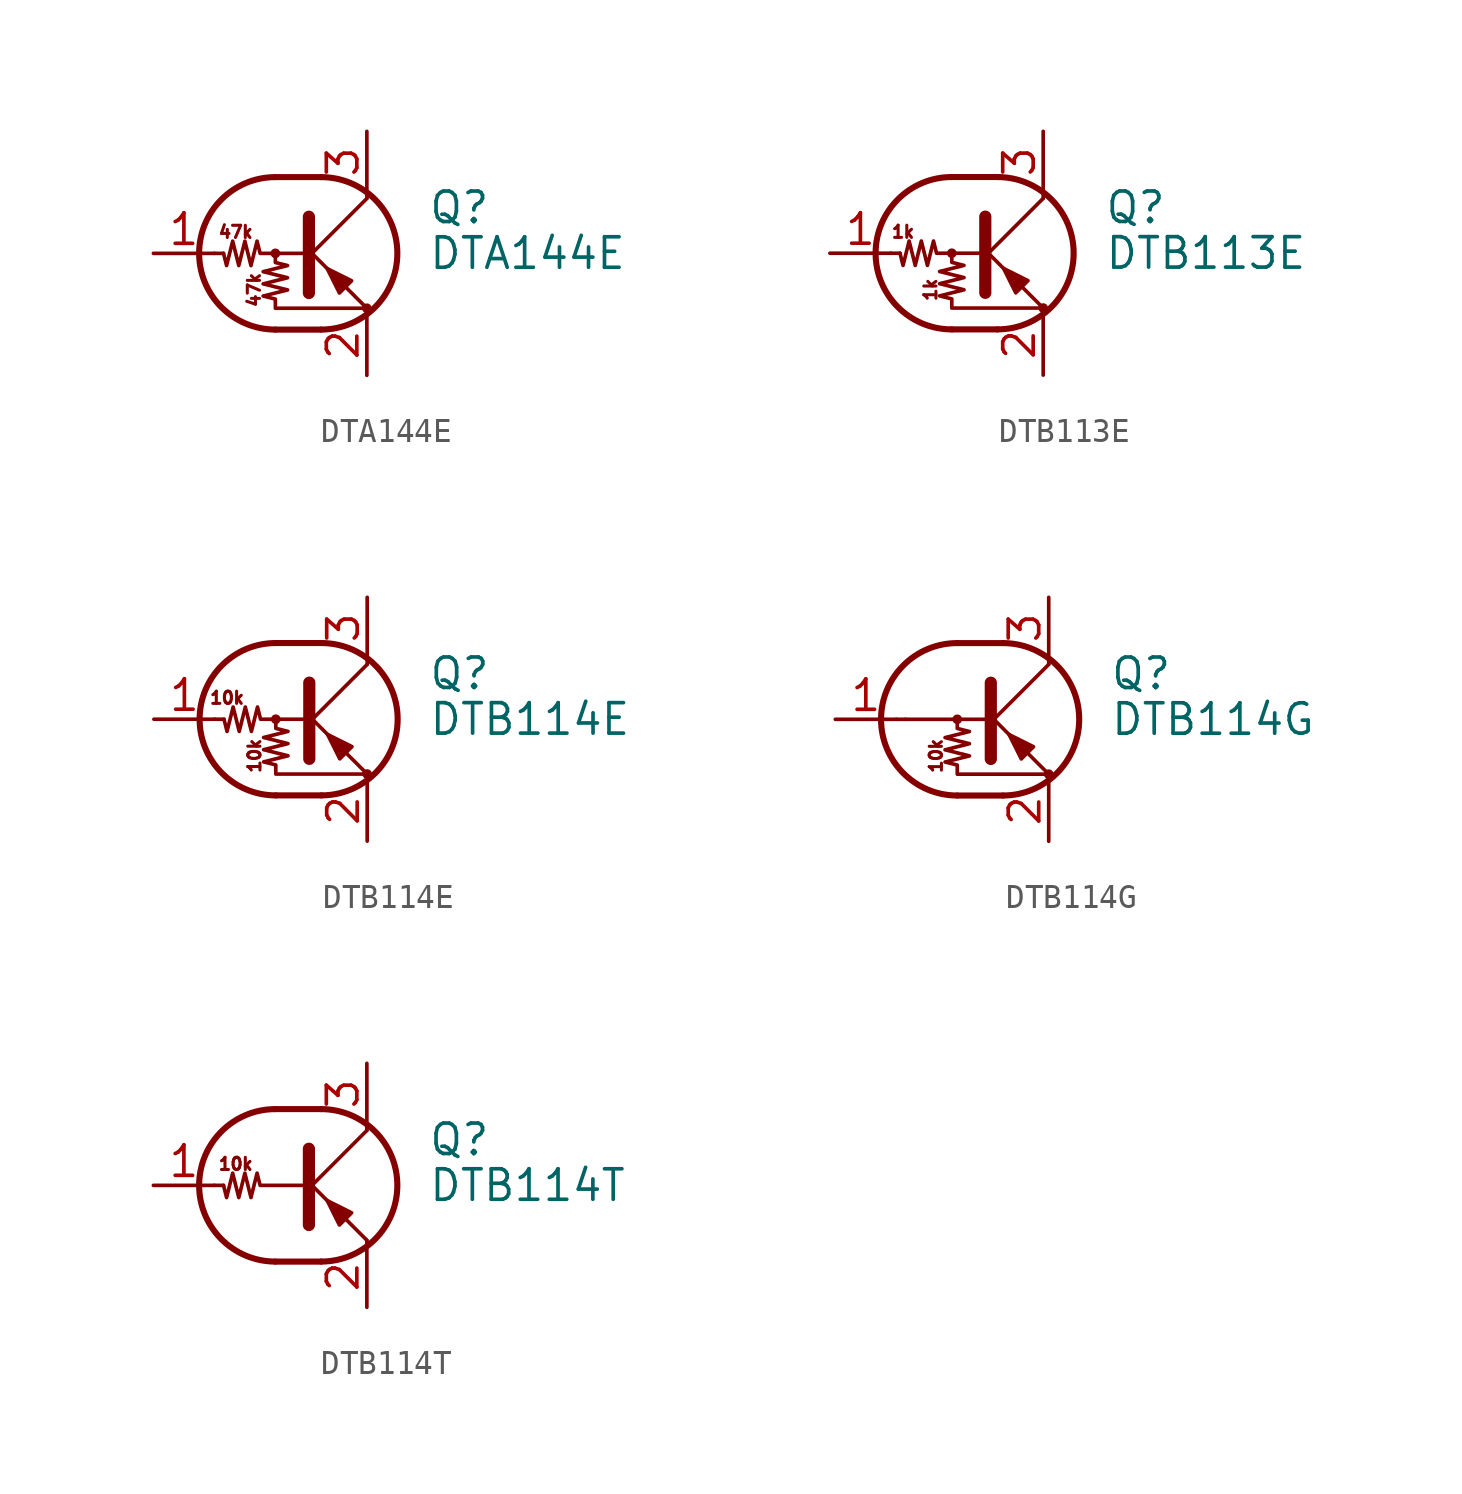
<source format=kicad_sym>
(kicad_symbol_lib
  (version 20211014)
  (generator kicad_symbol_editor)
  (symbol "DTA144E"
    (pin_names
      (offset 0) hide)
    (property "Reference" "Q"
      (at 5.08 1.905 0)
      (effects (font (size 1.27 1.27)) (justify left)))
    (property "Value" "DTA144E"
      (at 5.08 0 0)
      (effects (font (size 1.27 1.27)) (justify left)))
    (symbol "DTA144E_0_0"
      (text "47k" (at -2.921 0.889 0) (effects (font (size 0.508 0.508))))
      (text "47k" (at -2.159 -1.524 900) (effects (font (size 0.508 0.508)))))
    (symbol "DTA144E_0_1"
      (circle (center -1.27 0) (radius 0.127) (stroke (width 0) (type default) (color 0 0 0 0)) (fill (type none)))
      (arc (start -1.27 3.175) (mid -4.445 0) (end -1.27 -3.175) (stroke (width 0.254) (type default) (color 0 0 0 0)) (fill (type none)))
      (polyline (pts (xy -3.429 0) (xy -3.81 0)) (stroke (width 0) (type default) (color 0 0 0 0)) (fill (type none)))
      (polyline (pts (xy -1.27 -3.175) (xy 0.635 -3.175)) (stroke (width 0.254) (type default) (color 0 0 0 0)) (fill (type none)))
      (polyline (pts (xy -1.27 3.175) (xy 0.635 3.175)) (stroke (width 0.254) (type default) (color 0 0 0 0)) (fill (type none)))
      (polyline (pts (xy 0 -0.254) (xy 2.54 2.286)) (stroke (width 0) (type default) (color 0 0 0 0)) (fill (type none)))
      (polyline (pts (xy 0.127 1.524) (xy 0.127 -1.651)) (stroke (width 0.508) (type default) (color 0 0 0 0)) (fill (type outline)))
      (polyline (pts (xy 2.54 2.286) (xy 2.54 2.54)) (stroke (width 0) (type default) (color 0 0 0 0)) (fill (type none)))
      (polyline (pts (xy 2.54 -2.286) (xy 0 0.254) (xy 0 0.254)) (stroke (width 0) (type default) (color 0 0 0 0)) (fill (type none)))
      (polyline (pts (xy 1.397 -1.651) (xy 1.905 -1.143) (xy 0.889 -0.635) (xy 1.397 -1.651)) (stroke (width 0) (type default) (color 0 0 0 0)) (fill (type outline)))
      (polyline (pts (xy 0 0) (xy -1.905 0) (xy -2.032 0.508) (xy -2.286 -0.508) (xy -2.54 0.508) (xy -2.794 -0.508) (xy -3.048 0.508) (xy -3.302 -0.508) (xy -3.429 0)) (stroke (width 0) (type default) (color 0 0 0 0)) (fill (type none)))
      (polyline (pts (xy -1.27 0) (xy -1.27 -0.381) (xy -0.762 -0.508) (xy -1.778 -0.762) (xy -0.762 -1.016) (xy -1.778 -1.27) (xy -0.762 -1.524) (xy -1.778 -1.778) (xy -1.27 -1.905) (xy -1.27 -2.286) (xy 2.54 -2.286)) (stroke (width 0) (type default) (color 0 0 0 0)) (fill (type none)))
      (arc (start 0.635 -3.175) (mid 3.81 0) (end 0.635 3.175) (stroke (width 0.254) (type default) (color 0 0 0 0)) (fill (type none)))
      (circle (center 2.54 -2.286) (radius 0.127) (stroke (width 0) (type default) (color 0 0 0 0)) (fill (type none))))
    (symbol "DTA144E_1_1"
      (pin input line (at -6.35 0 0) (length 2.54) (name "B" (effects (font (size 1.27 1.27)))) (number "1" (effects (font (size 1.27 1.27)))))
      (pin passive line (at 2.54 -5.08 90) (length 2.54) (name "E" (effects (font (size 1.27 1.27)))) (number "2" (effects (font (size 1.27 1.27)))))
      (pin passive line (at 2.54 5.08 270) (length 2.54) (name "C" (effects (font (size 1.27 1.27)))) (number "3" (effects (font (size 1.27 1.27)))))))
  (symbol "DTB113E"
    (pin_names
      (offset 0) hide)
    (property "Reference" "Q"
      (at 5.08 1.905 0)
      (effects (font (size 1.27 1.27)) (justify left)))
    (property "Value" "DTB113E"
      (at 5.08 0 0)
      (effects (font (size 1.27 1.27)) (justify left)))
    (symbol "DTB113E_0_0"
      (text "1k" (at -3.302 0.889 0) (effects (font (size 0.508 0.508))))
      (text "1k" (at -2.159 -1.524 900) (effects (font (size 0.508 0.508)))))
    (symbol "DTB113E_0_1"
      (circle (center -1.27 0) (radius 0.127) (stroke (width 0) (type default) (color 0 0 0 0)) (fill (type none)))
      (arc (start -1.27 3.175) (mid -4.445 0) (end -1.27 -3.175) (stroke (width 0.254) (type default) (color 0 0 0 0)) (fill (type none)))
      (polyline (pts (xy -3.429 0) (xy -3.81 0)) (stroke (width 0) (type default) (color 0 0 0 0)) (fill (type none)))
      (polyline (pts (xy -1.27 -3.175) (xy 0.635 -3.175)) (stroke (width 0.254) (type default) (color 0 0 0 0)) (fill (type none)))
      (polyline (pts (xy -1.27 3.175) (xy 0.635 3.175)) (stroke (width 0.254) (type default) (color 0 0 0 0)) (fill (type none)))
      (polyline (pts (xy 0 -0.254) (xy 2.54 2.286)) (stroke (width 0) (type default) (color 0 0 0 0)) (fill (type none)))
      (polyline (pts (xy 0.127 1.524) (xy 0.127 -1.651)) (stroke (width 0.508) (type default) (color 0 0 0 0)) (fill (type outline)))
      (polyline (pts (xy 2.54 2.286) (xy 2.54 2.54)) (stroke (width 0) (type default) (color 0 0 0 0)) (fill (type none)))
      (polyline (pts (xy 2.54 -2.286) (xy 0 0.254) (xy 0 0.254)) (stroke (width 0) (type default) (color 0 0 0 0)) (fill (type none)))
      (polyline (pts (xy 1.397 -1.651) (xy 1.905 -1.143) (xy 0.889 -0.635) (xy 1.397 -1.651)) (stroke (width 0) (type default) (color 0 0 0 0)) (fill (type outline)))
      (polyline (pts (xy 0 0) (xy -1.905 0) (xy -2.032 0.508) (xy -2.286 -0.508) (xy -2.54 0.508) (xy -2.794 -0.508) (xy -3.048 0.508) (xy -3.302 -0.508) (xy -3.429 0)) (stroke (width 0) (type default) (color 0 0 0 0)) (fill (type none)))
      (polyline (pts (xy -1.27 0) (xy -1.27 -0.381) (xy -0.762 -0.508) (xy -1.778 -0.762) (xy -0.762 -1.016) (xy -1.778 -1.27) (xy -0.762 -1.524) (xy -1.778 -1.778) (xy -1.27 -1.905) (xy -1.27 -2.286) (xy 2.54 -2.286)) (stroke (width 0) (type default) (color 0 0 0 0)) (fill (type none)))
      (arc (start 0.635 -3.175) (mid 3.81 0) (end 0.635 3.175) (stroke (width 0.254) (type default) (color 0 0 0 0)) (fill (type none)))
      (circle (center 2.54 -2.286) (radius 0.127) (stroke (width 0) (type default) (color 0 0 0 0)) (fill (type none))))
    (symbol "DTB113E_1_1"
      (pin input line (at -6.35 0 0) (length 2.54) (name "B" (effects (font (size 1.27 1.27)))) (number "1" (effects (font (size 1.27 1.27)))))
      (pin passive line (at 2.54 -5.08 90) (length 2.54) (name "E" (effects (font (size 1.27 1.27)))) (number "2" (effects (font (size 1.27 1.27)))))
      (pin passive line (at 2.54 5.08 270) (length 2.54) (name "C" (effects (font (size 1.27 1.27)))) (number "3" (effects (font (size 1.27 1.27)))))))
  (symbol "DTB114E"
    (pin_names
      (offset 0) hide)
    (property "Reference" "Q"
      (at 5.08 1.905 0)
      (effects (font (size 1.27 1.27)) (justify left)))
    (property "Value" "DTB114E"
      (at 5.08 0 0)
      (effects (font (size 1.27 1.27)) (justify left)))
    (symbol "DTB114E_0_0"
      (text "10k" (at -3.302 0.889 0) (effects (font (size 0.508 0.508))))
      (text "10k" (at -2.159 -1.524 900) (effects (font (size 0.508 0.508)))))
    (symbol "DTB114E_0_1"
      (circle (center -1.27 0) (radius 0.127) (stroke (width 0) (type default) (color 0 0 0 0)) (fill (type none)))
      (arc (start -1.27 3.175) (mid -4.445 0) (end -1.27 -3.175) (stroke (width 0.254) (type default) (color 0 0 0 0)) (fill (type none)))
      (polyline (pts (xy -3.429 0) (xy -3.81 0)) (stroke (width 0) (type default) (color 0 0 0 0)) (fill (type none)))
      (polyline (pts (xy -1.27 -3.175) (xy 0.635 -3.175)) (stroke (width 0.254) (type default) (color 0 0 0 0)) (fill (type none)))
      (polyline (pts (xy -1.27 3.175) (xy 0.635 3.175)) (stroke (width 0.254) (type default) (color 0 0 0 0)) (fill (type none)))
      (polyline (pts (xy 0 -0.254) (xy 2.54 2.286)) (stroke (width 0) (type default) (color 0 0 0 0)) (fill (type none)))
      (polyline (pts (xy 0.127 1.524) (xy 0.127 -1.651)) (stroke (width 0.508) (type default) (color 0 0 0 0)) (fill (type outline)))
      (polyline (pts (xy 2.54 2.286) (xy 2.54 2.54)) (stroke (width 0) (type default) (color 0 0 0 0)) (fill (type none)))
      (polyline (pts (xy 2.54 -2.286) (xy 0 0.254) (xy 0 0.254)) (stroke (width 0) (type default) (color 0 0 0 0)) (fill (type none)))
      (polyline (pts (xy 1.397 -1.651) (xy 1.905 -1.143) (xy 0.889 -0.635) (xy 1.397 -1.651)) (stroke (width 0) (type default) (color 0 0 0 0)) (fill (type outline)))
      (polyline (pts (xy 0 0) (xy -1.905 0) (xy -2.032 0.508) (xy -2.286 -0.508) (xy -2.54 0.508) (xy -2.794 -0.508) (xy -3.048 0.508) (xy -3.302 -0.508) (xy -3.429 0)) (stroke (width 0) (type default) (color 0 0 0 0)) (fill (type none)))
      (polyline (pts (xy -1.27 0) (xy -1.27 -0.381) (xy -0.762 -0.508) (xy -1.778 -0.762) (xy -0.762 -1.016) (xy -1.778 -1.27) (xy -0.762 -1.524) (xy -1.778 -1.778) (xy -1.27 -1.905) (xy -1.27 -2.286) (xy 2.54 -2.286)) (stroke (width 0) (type default) (color 0 0 0 0)) (fill (type none)))
      (arc (start 0.635 -3.175) (mid 3.81 0) (end 0.635 3.175) (stroke (width 0.254) (type default) (color 0 0 0 0)) (fill (type none)))
      (circle (center 2.54 -2.286) (radius 0.127) (stroke (width 0) (type default) (color 0 0 0 0)) (fill (type none))))
    (symbol "DTB114E_1_1"
      (pin input line (at -6.35 0 0) (length 2.54) (name "B" (effects (font (size 1.27 1.27)))) (number "1" (effects (font (size 1.27 1.27)))))
      (pin passive line (at 2.54 -5.08 90) (length 2.54) (name "E" (effects (font (size 1.27 1.27)))) (number "2" (effects (font (size 1.27 1.27)))))
      (pin passive line (at 2.54 5.08 270) (length 2.54) (name "C" (effects (font (size 1.27 1.27)))) (number "3" (effects (font (size 1.27 1.27)))))))
  (symbol "DTB114G"
    (pin_names
      (offset 0) hide)
    (property "Reference" "Q"
      (at 5.08 1.905 0)
      (effects (font (size 1.27 1.27)) (justify left)))
    (property "Value" "DTB114G"
      (at 5.08 0 0)
      (effects (font (size 1.27 1.27)) (justify left)))
    (symbol "DTB114G_0_0"
      (polyline (pts (xy -3.429 0) (xy 0 0)) (stroke (width 0) (type default) (color 0 0 0 0)) (fill (type none)))
      (text "10k" (at -2.159 -1.524 900) (effects (font (size 0.508 0.508)))))
    (symbol "DTB114G_0_1"
      (circle (center -1.27 0) (radius 0.127) (stroke (width 0) (type default) (color 0 0 0 0)) (fill (type none)))
      (arc (start -1.27 3.175) (mid -4.445 0) (end -1.27 -3.175) (stroke (width 0.254) (type default) (color 0 0 0 0)) (fill (type none)))
      (polyline (pts (xy -3.429 0) (xy -3.81 0)) (stroke (width 0) (type default) (color 0 0 0 0)) (fill (type none)))
      (polyline (pts (xy -1.27 -3.175) (xy 0.635 -3.175)) (stroke (width 0.254) (type default) (color 0 0 0 0)) (fill (type none)))
      (polyline (pts (xy -1.27 3.175) (xy 0.635 3.175)) (stroke (width 0.254) (type default) (color 0 0 0 0)) (fill (type none)))
      (polyline (pts (xy 0 -0.254) (xy 2.54 2.286)) (stroke (width 0) (type default) (color 0 0 0 0)) (fill (type none)))
      (polyline (pts (xy 0.127 1.524) (xy 0.127 -1.651)) (stroke (width 0.508) (type default) (color 0 0 0 0)) (fill (type outline)))
      (polyline (pts (xy 2.54 2.286) (xy 2.54 2.54)) (stroke (width 0) (type default) (color 0 0 0 0)) (fill (type none)))
      (polyline (pts (xy 2.54 -2.286) (xy 0 0.254) (xy 0 0.254)) (stroke (width 0) (type default) (color 0 0 0 0)) (fill (type none)))
      (polyline (pts (xy 1.397 -1.651) (xy 1.905 -1.143) (xy 0.889 -0.635) (xy 1.397 -1.651)) (stroke (width 0) (type default) (color 0 0 0 0)) (fill (type outline)))
      (polyline (pts (xy -1.27 0) (xy -1.27 -0.381) (xy -0.762 -0.508) (xy -1.778 -0.762) (xy -0.762 -1.016) (xy -1.778 -1.27) (xy -0.762 -1.524) (xy -1.778 -1.778) (xy -1.27 -1.905) (xy -1.27 -2.286) (xy 2.54 -2.286)) (stroke (width 0) (type default) (color 0 0 0 0)) (fill (type none)))
      (arc (start 0.635 -3.175) (mid 3.81 0) (end 0.635 3.175) (stroke (width 0.254) (type default) (color 0 0 0 0)) (fill (type none)))
      (circle (center 2.54 -2.286) (radius 0.127) (stroke (width 0) (type default) (color 0 0 0 0)) (fill (type none))))
    (symbol "DTB114G_1_1"
      (pin input line (at -6.35 0 0) (length 2.54) (name "B" (effects (font (size 1.27 1.27)))) (number "1" (effects (font (size 1.27 1.27)))))
      (pin passive line (at 2.54 -5.08 90) (length 2.54) (name "E" (effects (font (size 1.27 1.27)))) (number "2" (effects (font (size 1.27 1.27)))))
      (pin passive line (at 2.54 5.08 270) (length 2.54) (name "C" (effects (font (size 1.27 1.27)))) (number "3" (effects (font (size 1.27 1.27)))))))
  (symbol "DTB114T"
    (pin_names
      (offset 0) hide)
    (property "Reference" "Q"
      (at 5.08 1.905 0)
      (effects (font (size 1.27 1.27)) (justify left)))
    (property "Value" "DTB114T"
      (at 5.08 0 0)
      (effects (font (size 1.27 1.27)) (justify left)))
    (symbol "DTB114T_0_0"
      (polyline (pts (xy 2.54 -2.286) (xy 2.54 -2.54)) (stroke (width 0) (type default) (color 0 0 0 0)) (fill (type none)))
      (text "10k" (at -2.921 0.889 0) (effects (font (size 0.508 0.508)))))
    (symbol "DTB114T_0_1"
      (arc (start -1.27 3.175) (mid -4.445 0) (end -1.27 -3.175) (stroke (width 0.254) (type default) (color 0 0 0 0)) (fill (type none)))
      (polyline (pts (xy -3.429 0) (xy -3.81 0)) (stroke (width 0) (type default) (color 0 0 0 0)) (fill (type none)))
      (polyline (pts (xy -1.27 -3.175) (xy 0.635 -3.175)) (stroke (width 0.254) (type default) (color 0 0 0 0)) (fill (type none)))
      (polyline (pts (xy -1.27 3.175) (xy 0.635 3.175)) (stroke (width 0.254) (type default) (color 0 0 0 0)) (fill (type none)))
      (polyline (pts (xy 0 -0.254) (xy 2.54 2.286)) (stroke (width 0) (type default) (color 0 0 0 0)) (fill (type none)))
      (polyline (pts (xy 0.127 1.524) (xy 0.127 -1.651)) (stroke (width 0.508) (type default) (color 0 0 0 0)) (fill (type outline)))
      (polyline (pts (xy 2.54 2.286) (xy 2.54 2.54)) (stroke (width 0) (type default) (color 0 0 0 0)) (fill (type none)))
      (polyline (pts (xy 2.54 -2.286) (xy 0 0.254) (xy 0 0.254)) (stroke (width 0) (type default) (color 0 0 0 0)) (fill (type none)))
      (polyline (pts (xy 1.397 -1.651) (xy 1.905 -1.143) (xy 0.889 -0.635) (xy 1.397 -1.651)) (stroke (width 0) (type default) (color 0 0 0 0)) (fill (type outline)))
      (polyline (pts (xy 0 0) (xy -1.905 0) (xy -2.032 0.508) (xy -2.286 -0.508) (xy -2.54 0.508) (xy -2.794 -0.508) (xy -3.048 0.508) (xy -3.302 -0.508) (xy -3.429 0)) (stroke (width 0) (type default) (color 0 0 0 0)) (fill (type none)))
      (arc (start 0.635 -3.175) (mid 3.81 0) (end 0.635 3.175) (stroke (width 0.254) (type default) (color 0 0 0 0)) (fill (type none))))
    (symbol "DTB114T_1_1"
      (pin input line (at -6.35 0 0) (length 2.54) (name "B" (effects (font (size 1.27 1.27)))) (number "1" (effects (font (size 1.27 1.27)))))
      (pin passive line (at 2.54 -5.08 90) (length 2.54) (name "E" (effects (font (size 1.27 1.27)))) (number "2" (effects (font (size 1.27 1.27)))))
      (pin passive line (at 2.54 5.08 270) (length 2.54) (name "C" (effects (font (size 1.27 1.27)))) (number "3" (effects (font (size 1.27 1.27))))))))
</source>
